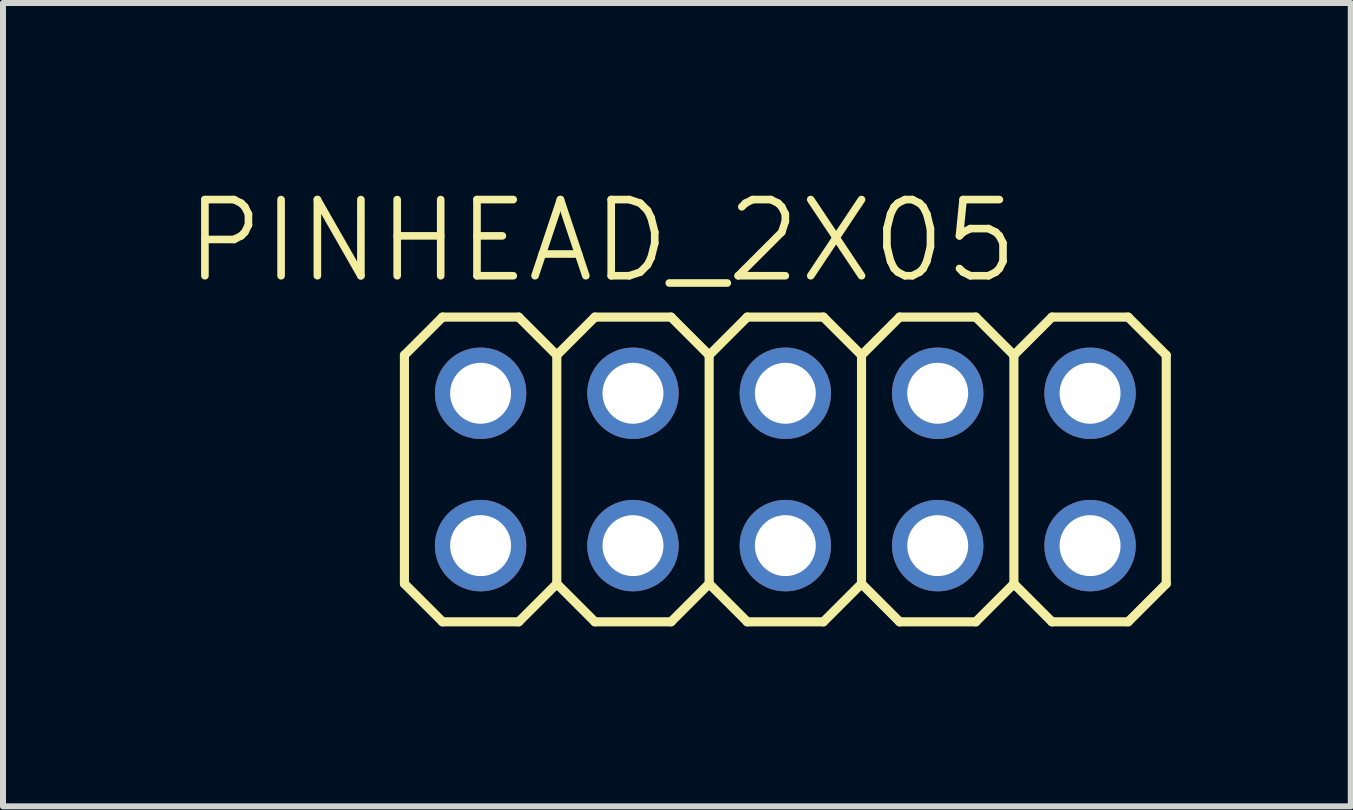
<source format=kicad_pcb>
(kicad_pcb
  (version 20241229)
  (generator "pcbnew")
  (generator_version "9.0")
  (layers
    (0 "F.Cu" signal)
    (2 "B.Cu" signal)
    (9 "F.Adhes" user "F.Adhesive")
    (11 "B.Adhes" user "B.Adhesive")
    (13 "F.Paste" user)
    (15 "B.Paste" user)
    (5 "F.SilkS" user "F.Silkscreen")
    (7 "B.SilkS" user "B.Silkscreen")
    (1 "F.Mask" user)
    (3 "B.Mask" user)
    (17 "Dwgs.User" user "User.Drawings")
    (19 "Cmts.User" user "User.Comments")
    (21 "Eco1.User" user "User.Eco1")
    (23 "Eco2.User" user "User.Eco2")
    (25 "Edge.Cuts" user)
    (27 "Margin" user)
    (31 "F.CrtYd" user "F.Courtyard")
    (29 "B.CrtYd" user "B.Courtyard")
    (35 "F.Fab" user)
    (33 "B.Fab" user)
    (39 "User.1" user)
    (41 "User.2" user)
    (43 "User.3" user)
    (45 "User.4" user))
  (footprint "PINHEAD_2X05"
    (layer "F.Cu")
    (at 10.042 4.776)
    (property "Reference" "PINHEAD_2X05" (at -3.054 -3.81 0) (layer "F.SilkS") (effects (font (size 1.27 1.27) (thickness 0.127))))
    (attr through_hole)
    (fp_line (start -6.35 -1.905) (end -5.715 -2.54) (stroke (width 0.152) (type solid)) (layer "F.SilkS"))
    (fp_line (start -6.35 1.905) (end -6.35 -1.905) (stroke (width 0.152) (type solid)) (layer "F.SilkS"))
    (fp_line (start -6.35 1.905) (end -5.715 2.54) (stroke (width 0.152) (type solid)) (layer "F.SilkS"))
    (fp_line (start -5.715 -2.54) (end -4.445 -2.54) (stroke (width 0.152) (type solid)) (layer "F.SilkS"))
    (fp_line (start -5.715 2.54) (end -4.445 2.54) (stroke (width 0.152) (type solid)) (layer "F.SilkS"))
    (fp_line (start -4.445 -2.54) (end -3.81 -1.905) (stroke (width 0.152) (type solid)) (layer "F.SilkS"))
    (fp_line (start -4.445 2.54) (end -3.81 1.905) (stroke (width 0.152) (type solid)) (layer "F.SilkS"))
    (fp_line (start -3.81 -1.905) (end -3.81 1.905) (stroke (width 0.152) (type solid)) (layer "F.SilkS"))
    (fp_line (start -3.81 -1.905) (end -3.175 -2.54) (stroke (width 0.152) (type solid)) (layer "F.SilkS"))
    (fp_line (start -3.81 1.905) (end -3.175 2.54) (stroke (width 0.152) (type solid)) (layer "F.SilkS"))
    (fp_line (start -3.175 -2.54) (end -1.905 -2.54) (stroke (width 0.152) (type solid)) (layer "F.SilkS"))
    (fp_line (start -3.175 2.54) (end -1.905 2.54) (stroke (width 0.152) (type solid)) (layer "F.SilkS"))
    (fp_line (start -1.905 -2.54) (end -1.27 -1.905) (stroke (width 0.152) (type solid)) (layer "F.SilkS"))
    (fp_line (start -1.905 2.54) (end -1.27 1.905) (stroke (width 0.152) (type solid)) (layer "F.SilkS"))
    (fp_line (start -1.27 -1.905) (end -1.27 1.905) (stroke (width 0.152) (type solid)) (layer "F.SilkS"))
    (fp_line (start -1.27 -1.905) (end -0.635 -2.54) (stroke (width 0.152) (type solid)) (layer "F.SilkS"))
    (fp_line (start -1.27 1.905) (end -0.635 2.54) (stroke (width 0.152) (type solid)) (layer "F.SilkS"))
    (fp_line (start -0.635 -2.54) (end 0.635 -2.54) (stroke (width 0.152) (type solid)) (layer "F.SilkS"))
    (fp_line (start -0.635 2.54) (end 0.635 2.54) (stroke (width 0.152) (type solid)) (layer "F.SilkS"))
    (fp_line (start 0.635 -2.54) (end 1.27 -1.905) (stroke (width 0.152) (type solid)) (layer "F.SilkS"))
    (fp_line (start 0.635 2.54) (end 1.27 1.905) (stroke (width 0.152) (type solid)) (layer "F.SilkS"))
    (fp_line (start 1.27 -1.905) (end 1.27 1.905) (stroke (width 0.152) (type solid)) (layer "F.SilkS"))
    (fp_line (start 1.27 -1.905) (end 1.905 -2.54) (stroke (width 0.152) (type solid)) (layer "F.SilkS"))
    (fp_line (start 1.27 1.905) (end 1.905 2.54) (stroke (width 0.152) (type solid)) (layer "F.SilkS"))
    (fp_line (start 1.905 -2.54) (end 3.175 -2.54) (stroke (width 0.152) (type solid)) (layer "F.SilkS"))
    (fp_line (start 1.905 2.54) (end 3.175 2.54) (stroke (width 0.152) (type solid)) (layer "F.SilkS"))
    (fp_line (start 3.175 -2.54) (end 3.81 -1.905) (stroke (width 0.152) (type solid)) (layer "F.SilkS"))
    (fp_line (start 3.175 2.54) (end 3.81 1.905) (stroke (width 0.152) (type solid)) (layer "F.SilkS"))
    (fp_line (start 3.81 -1.905) (end 3.81 1.905) (stroke (width 0.152) (type solid)) (layer "F.SilkS"))
    (fp_line (start 3.81 -1.905) (end 4.445 -2.54) (stroke (width 0.152) (type solid)) (layer "F.SilkS"))
    (fp_line (start 3.81 1.905) (end 4.445 2.54) (stroke (width 0.152) (type solid)) (layer "F.SilkS"))
    (fp_line (start 4.445 -2.54) (end 5.715 -2.54) (stroke (width 0.152) (type solid)) (layer "F.SilkS"))
    (fp_line (start 4.445 2.54) (end 5.715 2.54) (stroke (width 0.152) (type solid)) (layer "F.SilkS"))
    (fp_line (start 5.715 -2.54) (end 6.35 -1.905) (stroke (width 0.152) (type solid)) (layer "F.SilkS"))
    (fp_line (start 5.715 2.54) (end 6.35 1.905) (stroke (width 0.152) (type solid)) (layer "F.SilkS"))
    (fp_line (start 6.35 -1.905) (end 6.35 1.905) (stroke (width 0.152) (type solid)) (layer "F.SilkS"))
    (fp_poly (pts (xy -5.334 -1.524) (xy -4.826 -1.524) (xy -4.826 -1.016) (xy -5.334 -1.016)) (stroke (width 0.1) (type solid)) (fill no) (layer "F.Fab"))
    (fp_poly (pts (xy -5.334 1.016) (xy -4.826 1.016) (xy -4.826 1.524) (xy -5.334 1.524)) (stroke (width 0.1) (type solid)) (fill no) (layer "F.Fab"))
    (fp_poly (pts (xy -2.794 -1.524) (xy -2.286 -1.524) (xy -2.286 -1.016) (xy -2.794 -1.016)) (stroke (width 0.1) (type solid)) (fill no) (layer "F.Fab"))
    (fp_poly (pts (xy -2.794 1.016) (xy -2.286 1.016) (xy -2.286 1.524) (xy -2.794 1.524)) (stroke (width 0.1) (type solid)) (fill no) (layer "F.Fab"))
    (fp_poly (pts (xy -0.254 -1.524) (xy 0.254 -1.524) (xy 0.254 -1.016) (xy -0.254 -1.016)) (stroke (width 0.1) (type solid)) (fill no) (layer "F.Fab"))
    (fp_poly (pts (xy -0.254 1.016) (xy 0.254 1.016) (xy 0.254 1.524) (xy -0.254 1.524)) (stroke (width 0.1) (type solid)) (fill no) (layer "F.Fab"))
    (fp_poly (pts (xy 2.286 -1.524) (xy 2.794 -1.524) (xy 2.794 -1.016) (xy 2.286 -1.016)) (stroke (width 0.1) (type solid)) (fill no) (layer "F.Fab"))
    (fp_poly (pts (xy 2.286 1.016) (xy 2.794 1.016) (xy 2.794 1.524) (xy 2.286 1.524)) (stroke (width 0.1) (type solid)) (fill no) (layer "F.Fab"))
    (fp_poly (pts (xy 4.826 -1.524) (xy 5.334 -1.524) (xy 5.334 -1.016) (xy 4.826 -1.016)) (stroke (width 0.1) (type solid)) (fill no) (layer "F.Fab"))
    (fp_poly (pts (xy 4.826 1.016) (xy 5.334 1.016) (xy 5.334 1.524) (xy 4.826 1.524)) (stroke (width 0.1) (type solid)) (fill no) (layer "F.Fab"))
    (pad "1" thru_hole circle (at -5.08 1.27) (size 1.524 1.524) (drill 1.016) (layers "*.Cu" "*.Mask"))
    (pad "2" thru_hole circle (at -5.08 -1.27) (size 1.524 1.524) (drill 1.016) (layers "*.Cu" "*.Mask"))
    (pad "3" thru_hole circle (at -2.54 1.27) (size 1.524 1.524) (drill 1.016) (layers "*.Cu" "*.Mask"))
    (pad "4" thru_hole circle (at -2.54 -1.27) (size 1.524 1.524) (drill 1.016) (layers "*.Cu" "*.Mask"))
    (pad "5" thru_hole circle (at 0 1.27) (size 1.524 1.524) (drill 1.016) (layers "*.Cu" "*.Mask"))
    (pad "6" thru_hole circle (at 0 -1.27) (size 1.524 1.524) (drill 1.016) (layers "*.Cu" "*.Mask"))
    (pad "7" thru_hole circle (at 2.54 1.27) (size 1.524 1.524) (drill 1.016) (layers "*.Cu" "*.Mask"))
    (pad "8" thru_hole circle (at 2.54 -1.27) (size 1.524 1.524) (drill 1.016) (layers "*.Cu" "*.Mask"))
    (pad "9" thru_hole circle (at 5.08 1.27) (size 1.524 1.524) (drill 1.016) (layers "*.Cu" "*.Mask"))
    (pad "10" thru_hole circle (at 5.08 -1.27) (size 1.524 1.524) (drill 1.016) (layers "*.Cu" "*.Mask")))
  (gr_rect
    (start -3 -3)
    (end 19.468 10.392)
    (stroke (width 0.1) (type default))
    (fill no)
    (layer "Edge.Cuts")))
</source>
